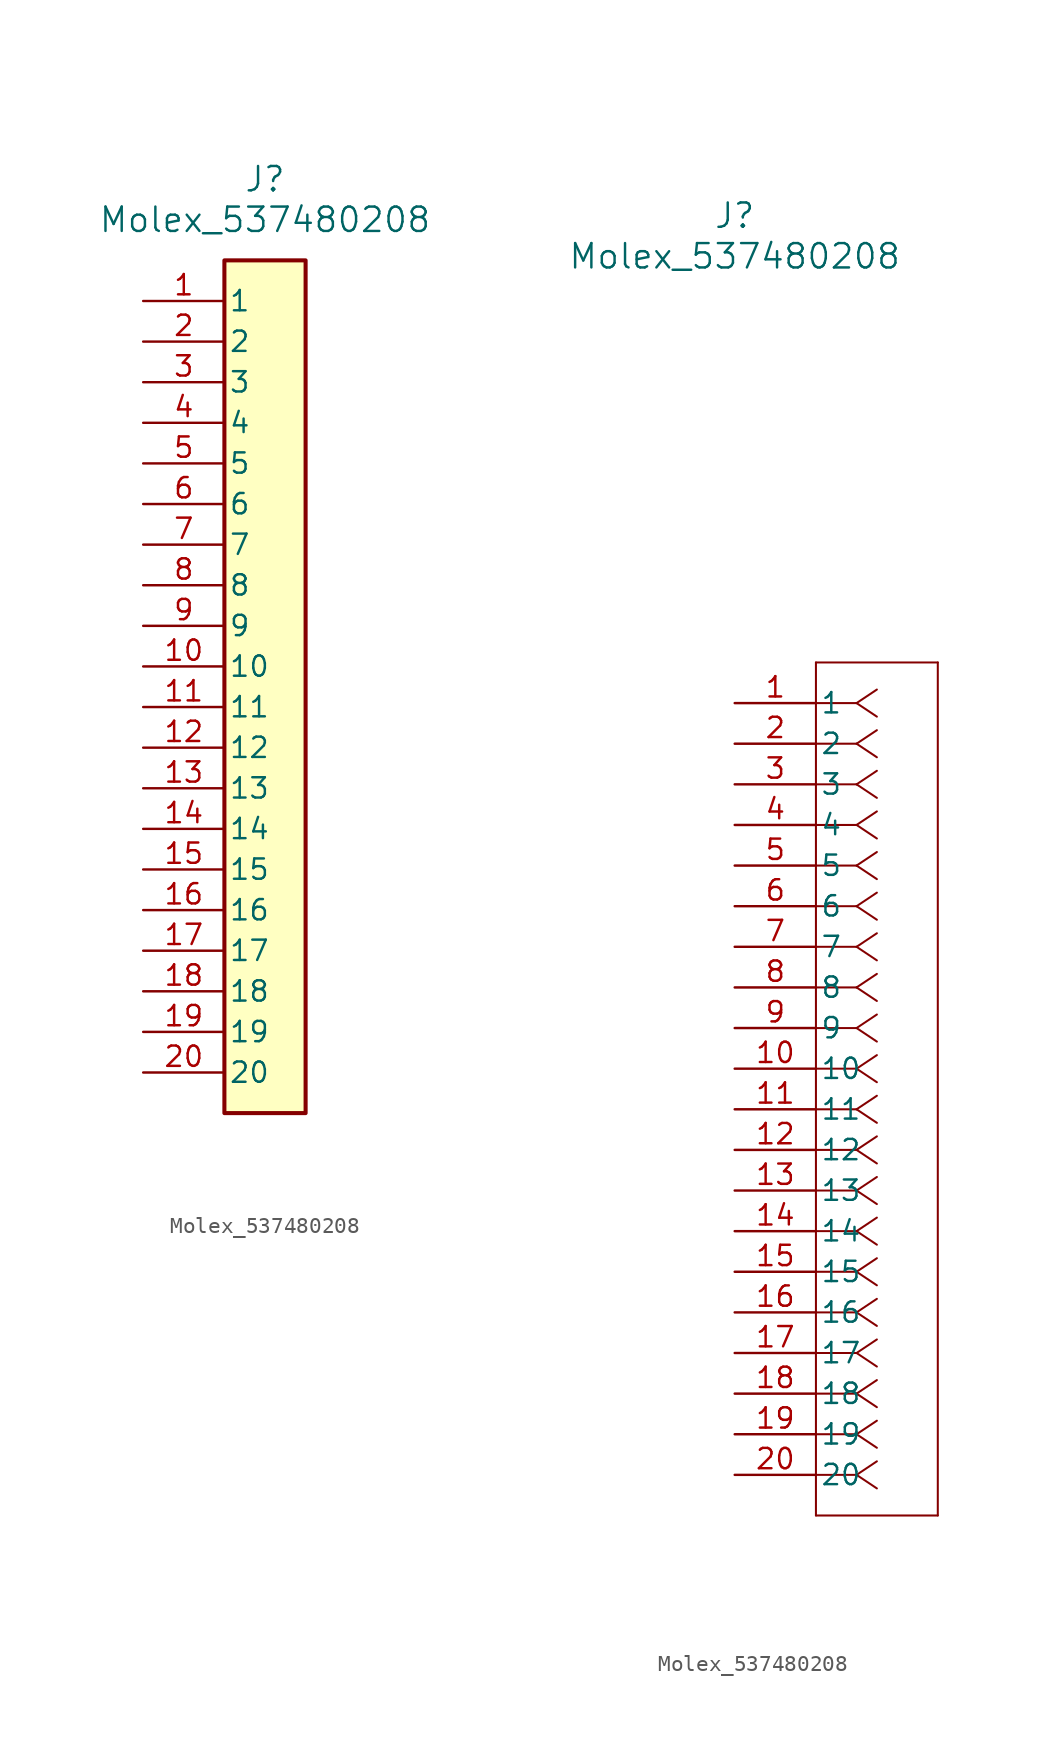
<source format=kicad_sym>
(kicad_symbol_lib
  (version 20220914)
  (generator kicad_symbol_editor)
  (symbol "Molex_537480208"
    (pin_names
      (offset 0.254))
    (property "Reference" "J"
      (at 0 30.48 0)
      (effects (font (size 1.524 1.524))))
    (property "Value" "Molex_537480208"
      (at 0 27.94 0)
      (effects (font (size 1.524 1.524))))
    (property "ki_locked" ""
      (at 0 0 0)
      (effects (font (size 1.27 1.27))))
    (symbol "Molex_537480208_1_1"
      (rectangle (start -2.54 25.4) (end 2.54 -27.94) (stroke (width 0.254) (type default)) (fill (type background)))
      (pin unspecified line (at -7.62 22.86 0) (length 5.08) (name "1" (effects (font (size 1.27 1.27)))) (number "1" (effects (font (size 1.27 1.27)))))
      (pin unspecified line (at -7.62 0 0) (length 5.08) (name "10" (effects (font (size 1.27 1.27)))) (number "10" (effects (font (size 1.27 1.27)))))
      (pin unspecified line (at -7.62 -2.54 0) (length 5.08) (name "11" (effects (font (size 1.27 1.27)))) (number "11" (effects (font (size 1.27 1.27)))))
      (pin unspecified line (at -7.62 -5.08 0) (length 5.08) (name "12" (effects (font (size 1.27 1.27)))) (number "12" (effects (font (size 1.27 1.27)))))
      (pin unspecified line (at -7.62 -7.62 0) (length 5.08) (name "13" (effects (font (size 1.27 1.27)))) (number "13" (effects (font (size 1.27 1.27)))))
      (pin unspecified line (at -7.62 -10.16 0) (length 5.08) (name "14" (effects (font (size 1.27 1.27)))) (number "14" (effects (font (size 1.27 1.27)))))
      (pin unspecified line (at -7.62 -12.7 0) (length 5.08) (name "15" (effects (font (size 1.27 1.27)))) (number "15" (effects (font (size 1.27 1.27)))))
      (pin unspecified line (at -7.62 -15.24 0) (length 5.08) (name "16" (effects (font (size 1.27 1.27)))) (number "16" (effects (font (size 1.27 1.27)))))
      (pin unspecified line (at -7.62 -17.78 0) (length 5.08) (name "17" (effects (font (size 1.27 1.27)))) (number "17" (effects (font (size 1.27 1.27)))))
      (pin unspecified line (at -7.62 -20.32 0) (length 5.08) (name "18" (effects (font (size 1.27 1.27)))) (number "18" (effects (font (size 1.27 1.27)))))
      (pin unspecified line (at -7.62 -22.86 0) (length 5.08) (name "19" (effects (font (size 1.27 1.27)))) (number "19" (effects (font (size 1.27 1.27)))))
      (pin unspecified line (at -7.62 20.32 0) (length 5.08) (name "2" (effects (font (size 1.27 1.27)))) (number "2" (effects (font (size 1.27 1.27)))))
      (pin unspecified line (at -7.62 -25.4 0) (length 5.08) (name "20" (effects (font (size 1.27 1.27)))) (number "20" (effects (font (size 1.27 1.27)))))
      (pin unspecified line (at -7.62 17.78 0) (length 5.08) (name "3" (effects (font (size 1.27 1.27)))) (number "3" (effects (font (size 1.27 1.27)))))
      (pin unspecified line (at -7.62 15.24 0) (length 5.08) (name "4" (effects (font (size 1.27 1.27)))) (number "4" (effects (font (size 1.27 1.27)))))
      (pin unspecified line (at -7.62 12.7 0) (length 5.08) (name "5" (effects (font (size 1.27 1.27)))) (number "5" (effects (font (size 1.27 1.27)))))
      (pin unspecified line (at -7.62 10.16 0) (length 5.08) (name "6" (effects (font (size 1.27 1.27)))) (number "6" (effects (font (size 1.27 1.27)))))
      (pin unspecified line (at -7.62 7.62 0) (length 5.08) (name "7" (effects (font (size 1.27 1.27)))) (number "7" (effects (font (size 1.27 1.27)))))
      (pin unspecified line (at -7.62 5.08 0) (length 5.08) (name "8" (effects (font (size 1.27 1.27)))) (number "8" (effects (font (size 1.27 1.27)))))
      (pin unspecified line (at -7.62 2.54 0) (length 5.08) (name "9" (effects (font (size 1.27 1.27)))) (number "9" (effects (font (size 1.27 1.27))))))
    (symbol "Molex_537480208_1_2"
      (polyline (pts (xy 5.08 -50.8) (xy 12.7 -50.8)) (stroke (width 0.127) (type default)) (fill (type none)))
      (polyline (pts (xy 5.08 2.54) (xy 5.08 -50.8)) (stroke (width 0.127) (type default)) (fill (type none)))
      (polyline (pts (xy 7.62 -48.26) (xy 5.08 -48.26)) (stroke (width 0.127) (type default)) (fill (type none)))
      (polyline (pts (xy 7.62 -48.26) (xy 8.89 -49.107)) (stroke (width 0.127) (type default)) (fill (type none)))
      (polyline (pts (xy 7.62 -48.26) (xy 8.89 -47.413)) (stroke (width 0.127) (type default)) (fill (type none)))
      (polyline (pts (xy 7.62 -45.72) (xy 5.08 -45.72)) (stroke (width 0.127) (type default)) (fill (type none)))
      (polyline (pts (xy 7.62 -45.72) (xy 8.89 -46.567)) (stroke (width 0.127) (type default)) (fill (type none)))
      (polyline (pts (xy 7.62 -45.72) (xy 8.89 -44.873)) (stroke (width 0.127) (type default)) (fill (type none)))
      (polyline (pts (xy 7.62 -43.18) (xy 5.08 -43.18)) (stroke (width 0.127) (type default)) (fill (type none)))
      (polyline (pts (xy 7.62 -43.18) (xy 8.89 -44.027)) (stroke (width 0.127) (type default)) (fill (type none)))
      (polyline (pts (xy 7.62 -43.18) (xy 8.89 -42.333)) (stroke (width 0.127) (type default)) (fill (type none)))
      (polyline (pts (xy 7.62 -40.64) (xy 5.08 -40.64)) (stroke (width 0.127) (type default)) (fill (type none)))
      (polyline (pts (xy 7.62 -40.64) (xy 8.89 -41.487)) (stroke (width 0.127) (type default)) (fill (type none)))
      (polyline (pts (xy 7.62 -40.64) (xy 8.89 -39.793)) (stroke (width 0.127) (type default)) (fill (type none)))
      (polyline (pts (xy 7.62 -38.1) (xy 5.08 -38.1)) (stroke (width 0.127) (type default)) (fill (type none)))
      (polyline (pts (xy 7.62 -38.1) (xy 8.89 -38.947)) (stroke (width 0.127) (type default)) (fill (type none)))
      (polyline (pts (xy 7.62 -38.1) (xy 8.89 -37.253)) (stroke (width 0.127) (type default)) (fill (type none)))
      (polyline (pts (xy 7.62 -35.56) (xy 5.08 -35.56)) (stroke (width 0.127) (type default)) (fill (type none)))
      (polyline (pts (xy 7.62 -35.56) (xy 8.89 -36.407)) (stroke (width 0.127) (type default)) (fill (type none)))
      (polyline (pts (xy 7.62 -35.56) (xy 8.89 -34.713)) (stroke (width 0.127) (type default)) (fill (type none)))
      (polyline (pts (xy 7.62 -33.02) (xy 5.08 -33.02)) (stroke (width 0.127) (type default)) (fill (type none)))
      (polyline (pts (xy 7.62 -33.02) (xy 8.89 -33.867)) (stroke (width 0.127) (type default)) (fill (type none)))
      (polyline (pts (xy 7.62 -33.02) (xy 8.89 -32.173)) (stroke (width 0.127) (type default)) (fill (type none)))
      (polyline (pts (xy 7.62 -30.48) (xy 5.08 -30.48)) (stroke (width 0.127) (type default)) (fill (type none)))
      (polyline (pts (xy 7.62 -30.48) (xy 8.89 -31.327)) (stroke (width 0.127) (type default)) (fill (type none)))
      (polyline (pts (xy 7.62 -30.48) (xy 8.89 -29.633)) (stroke (width 0.127) (type default)) (fill (type none)))
      (polyline (pts (xy 7.62 -27.94) (xy 5.08 -27.94)) (stroke (width 0.127) (type default)) (fill (type none)))
      (polyline (pts (xy 7.62 -27.94) (xy 8.89 -28.787)) (stroke (width 0.127) (type default)) (fill (type none)))
      (polyline (pts (xy 7.62 -27.94) (xy 8.89 -27.093)) (stroke (width 0.127) (type default)) (fill (type none)))
      (polyline (pts (xy 7.62 -25.4) (xy 5.08 -25.4)) (stroke (width 0.127) (type default)) (fill (type none)))
      (polyline (pts (xy 7.62 -25.4) (xy 8.89 -26.247)) (stroke (width 0.127) (type default)) (fill (type none)))
      (polyline (pts (xy 7.62 -25.4) (xy 8.89 -24.553)) (stroke (width 0.127) (type default)) (fill (type none)))
      (polyline (pts (xy 7.62 -22.86) (xy 5.08 -22.86)) (stroke (width 0.127) (type default)) (fill (type none)))
      (polyline (pts (xy 7.62 -22.86) (xy 8.89 -23.707)) (stroke (width 0.127) (type default)) (fill (type none)))
      (polyline (pts (xy 7.62 -22.86) (xy 8.89 -22.013)) (stroke (width 0.127) (type default)) (fill (type none)))
      (polyline (pts (xy 7.62 -20.32) (xy 5.08 -20.32)) (stroke (width 0.127) (type default)) (fill (type none)))
      (polyline (pts (xy 7.62 -20.32) (xy 8.89 -21.167)) (stroke (width 0.127) (type default)) (fill (type none)))
      (polyline (pts (xy 7.62 -20.32) (xy 8.89 -19.473)) (stroke (width 0.127) (type default)) (fill (type none)))
      (polyline (pts (xy 7.62 -17.78) (xy 5.08 -17.78)) (stroke (width 0.127) (type default)) (fill (type none)))
      (polyline (pts (xy 7.62 -17.78) (xy 8.89 -18.627)) (stroke (width 0.127) (type default)) (fill (type none)))
      (polyline (pts (xy 7.62 -17.78) (xy 8.89 -16.933)) (stroke (width 0.127) (type default)) (fill (type none)))
      (polyline (pts (xy 7.62 -15.24) (xy 5.08 -15.24)) (stroke (width 0.127) (type default)) (fill (type none)))
      (polyline (pts (xy 7.62 -15.24) (xy 8.89 -16.087)) (stroke (width 0.127) (type default)) (fill (type none)))
      (polyline (pts (xy 7.62 -15.24) (xy 8.89 -14.393)) (stroke (width 0.127) (type default)) (fill (type none)))
      (polyline (pts (xy 7.62 -12.7) (xy 5.08 -12.7)) (stroke (width 0.127) (type default)) (fill (type none)))
      (polyline (pts (xy 7.62 -12.7) (xy 8.89 -13.547)) (stroke (width 0.127) (type default)) (fill (type none)))
      (polyline (pts (xy 7.62 -12.7) (xy 8.89 -11.853)) (stroke (width 0.127) (type default)) (fill (type none)))
      (polyline (pts (xy 7.62 -10.16) (xy 5.08 -10.16)) (stroke (width 0.127) (type default)) (fill (type none)))
      (polyline (pts (xy 7.62 -10.16) (xy 8.89 -11.007)) (stroke (width 0.127) (type default)) (fill (type none)))
      (polyline (pts (xy 7.62 -10.16) (xy 8.89 -9.313)) (stroke (width 0.127) (type default)) (fill (type none)))
      (polyline (pts (xy 7.62 -7.62) (xy 5.08 -7.62)) (stroke (width 0.127) (type default)) (fill (type none)))
      (polyline (pts (xy 7.62 -7.62) (xy 8.89 -8.467)) (stroke (width 0.127) (type default)) (fill (type none)))
      (polyline (pts (xy 7.62 -7.62) (xy 8.89 -6.773)) (stroke (width 0.127) (type default)) (fill (type none)))
      (polyline (pts (xy 7.62 -5.08) (xy 5.08 -5.08)) (stroke (width 0.127) (type default)) (fill (type none)))
      (polyline (pts (xy 7.62 -5.08) (xy 8.89 -5.927)) (stroke (width 0.127) (type default)) (fill (type none)))
      (polyline (pts (xy 7.62 -5.08) (xy 8.89 -4.233)) (stroke (width 0.127) (type default)) (fill (type none)))
      (polyline (pts (xy 7.62 -2.54) (xy 5.08 -2.54)) (stroke (width 0.127) (type default)) (fill (type none)))
      (polyline (pts (xy 7.62 -2.54) (xy 8.89 -3.387)) (stroke (width 0.127) (type default)) (fill (type none)))
      (polyline (pts (xy 7.62 -2.54) (xy 8.89 -1.693)) (stroke (width 0.127) (type default)) (fill (type none)))
      (polyline (pts (xy 7.62 0) (xy 5.08 0)) (stroke (width 0.127) (type default)) (fill (type none)))
      (polyline (pts (xy 7.62 0) (xy 8.89 -0.847)) (stroke (width 0.127) (type default)) (fill (type none)))
      (polyline (pts (xy 7.62 0) (xy 8.89 0.847)) (stroke (width 0.127) (type default)) (fill (type none)))
      (polyline (pts (xy 12.7 -50.8) (xy 12.7 2.54)) (stroke (width 0.127) (type default)) (fill (type none)))
      (polyline (pts (xy 12.7 2.54) (xy 5.08 2.54)) (stroke (width 0.127) (type default)) (fill (type none)))
      (pin unspecified line (at 0 0 0) (length 5.08) (name "1" (effects (font (size 1.27 1.27)))) (number "1" (effects (font (size 1.27 1.27)))))
      (pin unspecified line (at 0 -22.86 0) (length 5.08) (name "10" (effects (font (size 1.27 1.27)))) (number "10" (effects (font (size 1.27 1.27)))))
      (pin unspecified line (at 0 -25.4 0) (length 5.08) (name "11" (effects (font (size 1.27 1.27)))) (number "11" (effects (font (size 1.27 1.27)))))
      (pin unspecified line (at 0 -27.94 0) (length 5.08) (name "12" (effects (font (size 1.27 1.27)))) (number "12" (effects (font (size 1.27 1.27)))))
      (pin unspecified line (at 0 -30.48 0) (length 5.08) (name "13" (effects (font (size 1.27 1.27)))) (number "13" (effects (font (size 1.27 1.27)))))
      (pin unspecified line (at 0 -33.02 0) (length 5.08) (name "14" (effects (font (size 1.27 1.27)))) (number "14" (effects (font (size 1.27 1.27)))))
      (pin unspecified line (at 0 -35.56 0) (length 5.08) (name "15" (effects (font (size 1.27 1.27)))) (number "15" (effects (font (size 1.27 1.27)))))
      (pin unspecified line (at 0 -38.1 0) (length 5.08) (name "16" (effects (font (size 1.27 1.27)))) (number "16" (effects (font (size 1.27 1.27)))))
      (pin unspecified line (at 0 -40.64 0) (length 5.08) (name "17" (effects (font (size 1.27 1.27)))) (number "17" (effects (font (size 1.27 1.27)))))
      (pin unspecified line (at 0 -43.18 0) (length 5.08) (name "18" (effects (font (size 1.27 1.27)))) (number "18" (effects (font (size 1.27 1.27)))))
      (pin unspecified line (at 0 -45.72 0) (length 5.08) (name "19" (effects (font (size 1.27 1.27)))) (number "19" (effects (font (size 1.27 1.27)))))
      (pin unspecified line (at 0 -2.54 0) (length 5.08) (name "2" (effects (font (size 1.27 1.27)))) (number "2" (effects (font (size 1.27 1.27)))))
      (pin unspecified line (at 0 -48.26 0) (length 5.08) (name "20" (effects (font (size 1.27 1.27)))) (number "20" (effects (font (size 1.27 1.27)))))
      (pin unspecified line (at 0 -5.08 0) (length 5.08) (name "3" (effects (font (size 1.27 1.27)))) (number "3" (effects (font (size 1.27 1.27)))))
      (pin unspecified line (at 0 -7.62 0) (length 5.08) (name "4" (effects (font (size 1.27 1.27)))) (number "4" (effects (font (size 1.27 1.27)))))
      (pin unspecified line (at 0 -10.16 0) (length 5.08) (name "5" (effects (font (size 1.27 1.27)))) (number "5" (effects (font (size 1.27 1.27)))))
      (pin unspecified line (at 0 -12.7 0) (length 5.08) (name "6" (effects (font (size 1.27 1.27)))) (number "6" (effects (font (size 1.27 1.27)))))
      (pin unspecified line (at 0 -15.24 0) (length 5.08) (name "7" (effects (font (size 1.27 1.27)))) (number "7" (effects (font (size 1.27 1.27)))))
      (pin unspecified line (at 0 -17.78 0) (length 5.08) (name "8" (effects (font (size 1.27 1.27)))) (number "8" (effects (font (size 1.27 1.27)))))
      (pin unspecified line (at 0 -20.32 0) (length 5.08) (name "9" (effects (font (size 1.27 1.27)))) (number "9" (effects (font (size 1.27 1.27))))))))
</source>
